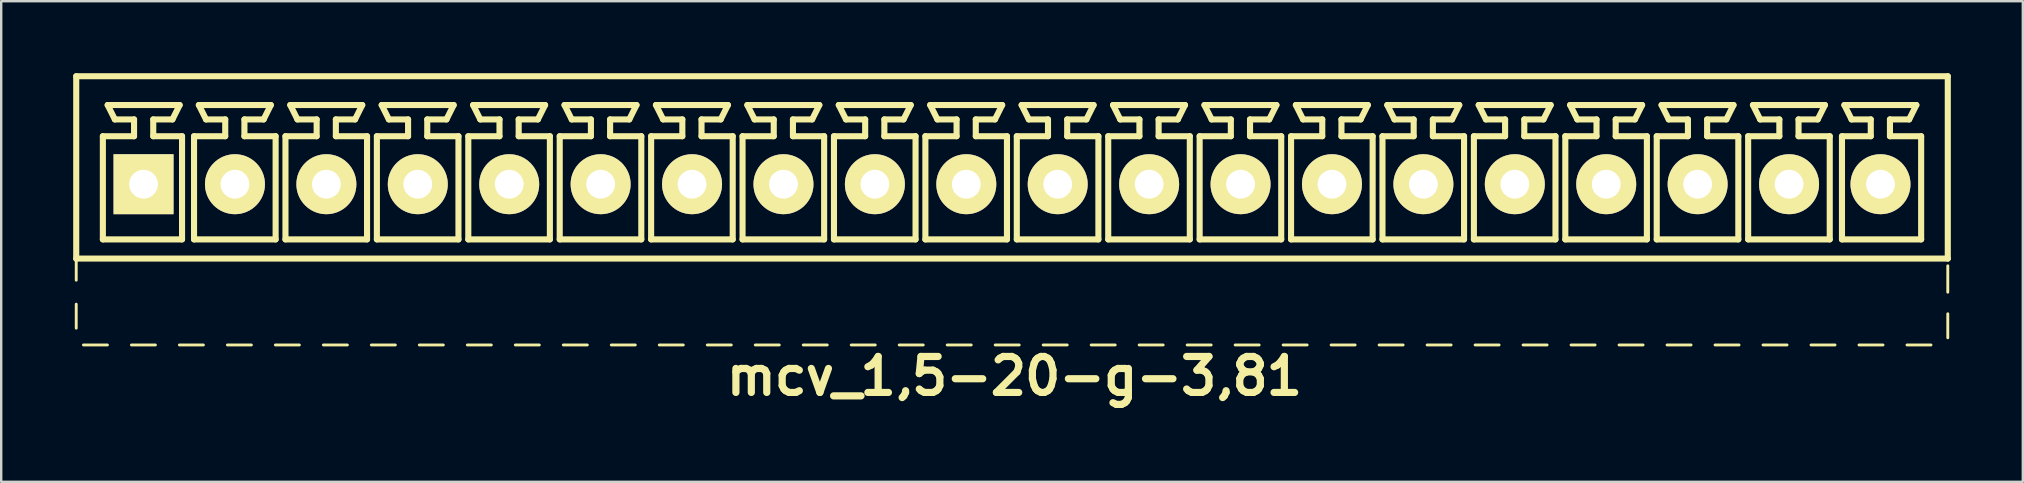
<source format=kicad_pcb>
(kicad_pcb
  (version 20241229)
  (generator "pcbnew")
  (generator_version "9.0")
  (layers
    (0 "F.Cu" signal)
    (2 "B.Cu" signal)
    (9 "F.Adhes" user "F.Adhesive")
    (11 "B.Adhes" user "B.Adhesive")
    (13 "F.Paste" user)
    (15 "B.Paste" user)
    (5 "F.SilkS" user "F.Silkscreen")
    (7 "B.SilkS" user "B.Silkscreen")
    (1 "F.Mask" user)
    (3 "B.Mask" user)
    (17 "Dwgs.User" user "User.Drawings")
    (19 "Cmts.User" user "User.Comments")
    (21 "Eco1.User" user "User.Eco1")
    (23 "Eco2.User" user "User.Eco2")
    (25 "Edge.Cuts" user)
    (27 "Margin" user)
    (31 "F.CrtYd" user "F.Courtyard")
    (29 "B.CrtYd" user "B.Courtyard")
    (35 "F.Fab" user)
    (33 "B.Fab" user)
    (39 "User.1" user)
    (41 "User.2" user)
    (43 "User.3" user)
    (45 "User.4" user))
  (footprint "mcv_1,5-20-g-3,81"
    (layer "F.Cu")
    (at 39.127 4.627)
    (property "Reference" "mcv_1,5-20-g-3,81" (at 0.1 8 0) (layer "F.SilkS") (effects (font (size 1.5 1.5) (thickness 0.3))))
    (attr through_hole)
    (fp_line (start -39 -4.5) (end -39 3.1) (stroke (width 0.254) (type solid)) (layer "F.SilkS"))
    (fp_line (start -39 -4.5) (end 39 -4.5) (stroke (width 0.254) (type solid)) (layer "F.SilkS"))
    (fp_line (start -39 3.1) (end -39 4) (stroke (width 0.12) (type solid)) (layer "F.SilkS"))
    (fp_line (start -39 3.1) (end 39 3.1) (stroke (width 0.254) (type solid)) (layer "F.SilkS"))
    (fp_line (start -39 5) (end -39 6) (stroke (width 0.12) (type solid)) (layer "F.SilkS"))
    (fp_line (start -38.7 6.7) (end -37.7 6.7) (stroke (width 0.12) (type solid)) (layer "F.SilkS"))
    (fp_line (start -37.89 -2) (end -36.59 -2) (stroke (width 0.254) (type solid)) (layer "F.SilkS"))
    (fp_line (start -37.89 2.3) (end -37.89 -2) (stroke (width 0.254) (type solid)) (layer "F.SilkS"))
    (fp_line (start -37.69 -3.3) (end -34.69 -3.3) (stroke (width 0.254) (type solid)) (layer "F.SilkS"))
    (fp_line (start -37.39 -2.7) (end -37.69 -3.3) (stroke (width 0.254) (type solid)) (layer "F.SilkS"))
    (fp_line (start -36.7 6.7) (end -35.7 6.7) (stroke (width 0.12) (type solid)) (layer "F.SilkS"))
    (fp_line (start -36.59 -2.7) (end -37.39 -2.7) (stroke (width 0.254) (type solid)) (layer "F.SilkS"))
    (fp_line (start -36.59 -2) (end -36.59 -2.7) (stroke (width 0.254) (type solid)) (layer "F.SilkS"))
    (fp_line (start -35.79 -2.7) (end -35.79 -2) (stroke (width 0.254) (type solid)) (layer "F.SilkS"))
    (fp_line (start -35.79 -2) (end -34.59 -2) (stroke (width 0.254) (type solid)) (layer "F.SilkS"))
    (fp_line (start -34.99 -2.7) (end -35.79 -2.7) (stroke (width 0.254) (type solid)) (layer "F.SilkS"))
    (fp_line (start -34.99 -2.7) (end -34.69 -3.3) (stroke (width 0.254) (type solid)) (layer "F.SilkS"))
    (fp_line (start -34.7 6.7) (end -33.7 6.7) (stroke (width 0.12) (type solid)) (layer "F.SilkS"))
    (fp_line (start -34.59 -2) (end -34.59 2.3) (stroke (width 0.254) (type solid)) (layer "F.SilkS"))
    (fp_line (start -34.59 2.3) (end -37.89 2.3) (stroke (width 0.254) (type solid)) (layer "F.SilkS"))
    (fp_line (start -34.09 -2) (end -32.79 -2) (stroke (width 0.254) (type solid)) (layer "F.SilkS"))
    (fp_line (start -34.09 2.3) (end -34.09 -2) (stroke (width 0.254) (type solid)) (layer "F.SilkS"))
    (fp_line (start -33.89 -3.3) (end -30.89 -3.3) (stroke (width 0.254) (type solid)) (layer "F.SilkS"))
    (fp_line (start -33.59 -2.7) (end -33.89 -3.3) (stroke (width 0.254) (type solid)) (layer "F.SilkS"))
    (fp_line (start -32.79 -2.7) (end -33.59 -2.7) (stroke (width 0.254) (type solid)) (layer "F.SilkS"))
    (fp_line (start -32.79 -2) (end -32.79 -2.7) (stroke (width 0.254) (type solid)) (layer "F.SilkS"))
    (fp_line (start -32.7 6.7) (end -31.7 6.7) (stroke (width 0.12) (type solid)) (layer "F.SilkS"))
    (fp_line (start -31.99 -2.7) (end -31.99 -2) (stroke (width 0.254) (type solid)) (layer "F.SilkS"))
    (fp_line (start -31.99 -2) (end -30.69 -2) (stroke (width 0.254) (type solid)) (layer "F.SilkS"))
    (fp_line (start -31.19 -2.7) (end -31.99 -2.7) (stroke (width 0.254) (type solid)) (layer "F.SilkS"))
    (fp_line (start -31.19 -2.7) (end -30.89 -3.3) (stroke (width 0.254) (type solid)) (layer "F.SilkS"))
    (fp_line (start -30.7 6.7) (end -29.7 6.7) (stroke (width 0.12) (type solid)) (layer "F.SilkS"))
    (fp_line (start -30.69 -2) (end -30.69 2.3) (stroke (width 0.254) (type solid)) (layer "F.SilkS"))
    (fp_line (start -30.69 2.3) (end -34.09 2.3) (stroke (width 0.254) (type solid)) (layer "F.SilkS"))
    (fp_line (start -30.28 -2) (end -28.98 -2) (stroke (width 0.254) (type solid)) (layer "F.SilkS"))
    (fp_line (start -30.28 2.3) (end -30.28 -2) (stroke (width 0.254) (type solid)) (layer "F.SilkS"))
    (fp_line (start -30.08 -3.3) (end -27.08 -3.3) (stroke (width 0.254) (type solid)) (layer "F.SilkS"))
    (fp_line (start -29.78 -2.7) (end -30.08 -3.3) (stroke (width 0.254) (type solid)) (layer "F.SilkS"))
    (fp_line (start -28.98 -2.7) (end -29.78 -2.7) (stroke (width 0.254) (type solid)) (layer "F.SilkS"))
    (fp_line (start -28.98 -2) (end -28.98 -2.7) (stroke (width 0.254) (type solid)) (layer "F.SilkS"))
    (fp_line (start -28.7 6.7) (end -27.7 6.7) (stroke (width 0.12) (type solid)) (layer "F.SilkS"))
    (fp_line (start -28.18 -2.7) (end -28.18 -2) (stroke (width 0.254) (type solid)) (layer "F.SilkS"))
    (fp_line (start -28.18 -2) (end -26.88 -2) (stroke (width 0.254) (type solid)) (layer "F.SilkS"))
    (fp_line (start -27.38 -2.7) (end -28.18 -2.7) (stroke (width 0.254) (type solid)) (layer "F.SilkS"))
    (fp_line (start -27.38 -2.7) (end -27.08 -3.3) (stroke (width 0.254) (type solid)) (layer "F.SilkS"))
    (fp_line (start -26.88 -2) (end -26.88 2.3) (stroke (width 0.254) (type solid)) (layer "F.SilkS"))
    (fp_line (start -26.88 2.3) (end -30.28 2.3) (stroke (width 0.254) (type solid)) (layer "F.SilkS"))
    (fp_line (start -26.7 6.7) (end -25.7 6.7) (stroke (width 0.12) (type solid)) (layer "F.SilkS"))
    (fp_line (start -26.47 -2) (end -25.17 -2) (stroke (width 0.254) (type solid)) (layer "F.SilkS"))
    (fp_line (start -26.47 2.3) (end -26.47 -2) (stroke (width 0.254) (type solid)) (layer "F.SilkS"))
    (fp_line (start -26.27 -3.3) (end -23.27 -3.3) (stroke (width 0.254) (type solid)) (layer "F.SilkS"))
    (fp_line (start -25.97 -2.7) (end -26.27 -3.3) (stroke (width 0.254) (type solid)) (layer "F.SilkS"))
    (fp_line (start -25.17 -2.7) (end -25.97 -2.7) (stroke (width 0.254) (type solid)) (layer "F.SilkS"))
    (fp_line (start -25.17 -2) (end -25.17 -2.7) (stroke (width 0.254) (type solid)) (layer "F.SilkS"))
    (fp_line (start -24.7 6.7) (end -23.7 6.7) (stroke (width 0.12) (type solid)) (layer "F.SilkS"))
    (fp_line (start -24.37 -2.7) (end -24.37 -2) (stroke (width 0.254) (type solid)) (layer "F.SilkS"))
    (fp_line (start -24.37 -2) (end -23.07 -2) (stroke (width 0.254) (type solid)) (layer "F.SilkS"))
    (fp_line (start -23.57 -2.7) (end -24.37 -2.7) (stroke (width 0.254) (type solid)) (layer "F.SilkS"))
    (fp_line (start -23.57 -2.7) (end -23.27 -3.3) (stroke (width 0.254) (type solid)) (layer "F.SilkS"))
    (fp_line (start -23.07 -2) (end -23.07 2.3) (stroke (width 0.254) (type solid)) (layer "F.SilkS"))
    (fp_line (start -23.07 2.3) (end -26.47 2.3) (stroke (width 0.254) (type solid)) (layer "F.SilkS"))
    (fp_line (start -22.7 6.7) (end -21.7 6.7) (stroke (width 0.12) (type solid)) (layer "F.SilkS"))
    (fp_line (start -22.66 -2) (end -21.36 -2) (stroke (width 0.254) (type solid)) (layer "F.SilkS"))
    (fp_line (start -22.66 2.3) (end -22.66 -2) (stroke (width 0.254) (type solid)) (layer "F.SilkS"))
    (fp_line (start -22.46 -3.3) (end -19.46 -3.3) (stroke (width 0.254) (type solid)) (layer "F.SilkS"))
    (fp_line (start -22.16 -2.7) (end -22.46 -3.3) (stroke (width 0.254) (type solid)) (layer "F.SilkS"))
    (fp_line (start -21.36 -2.7) (end -22.16 -2.7) (stroke (width 0.254) (type solid)) (layer "F.SilkS"))
    (fp_line (start -21.36 -2) (end -21.36 -2.7) (stroke (width 0.254) (type solid)) (layer "F.SilkS"))
    (fp_line (start -20.7 6.7) (end -19.7 6.7) (stroke (width 0.12) (type solid)) (layer "F.SilkS"))
    (fp_line (start -20.56 -2.7) (end -20.56 -2) (stroke (width 0.254) (type solid)) (layer "F.SilkS"))
    (fp_line (start -20.56 -2) (end -19.26 -2) (stroke (width 0.254) (type solid)) (layer "F.SilkS"))
    (fp_line (start -19.76 -2.7) (end -20.56 -2.7) (stroke (width 0.254) (type solid)) (layer "F.SilkS"))
    (fp_line (start -19.76 -2.7) (end -19.46 -3.3) (stroke (width 0.254) (type solid)) (layer "F.SilkS"))
    (fp_line (start -19.26 -2) (end -19.26 2.3) (stroke (width 0.254) (type solid)) (layer "F.SilkS"))
    (fp_line (start -19.26 2.3) (end -22.66 2.3) (stroke (width 0.254) (type solid)) (layer "F.SilkS"))
    (fp_line (start -18.85 -2) (end -17.55 -2) (stroke (width 0.254) (type solid)) (layer "F.SilkS"))
    (fp_line (start -18.85 2.3) (end -18.85 -2) (stroke (width 0.254) (type solid)) (layer "F.SilkS"))
    (fp_line (start -18.7 6.7) (end -17.7 6.7) (stroke (width 0.12) (type solid)) (layer "F.SilkS"))
    (fp_line (start -18.65 -3.3) (end -15.65 -3.3) (stroke (width 0.254) (type solid)) (layer "F.SilkS"))
    (fp_line (start -18.35 -2.7) (end -18.65 -3.3) (stroke (width 0.254) (type solid)) (layer "F.SilkS"))
    (fp_line (start -17.55 -2.7) (end -18.35 -2.7) (stroke (width 0.254) (type solid)) (layer "F.SilkS"))
    (fp_line (start -17.55 -2) (end -17.55 -2.7) (stroke (width 0.254) (type solid)) (layer "F.SilkS"))
    (fp_line (start -16.75 -2.7) (end -16.75 -2) (stroke (width 0.254) (type solid)) (layer "F.SilkS"))
    (fp_line (start -16.75 -2) (end -15.45 -2) (stroke (width 0.254) (type solid)) (layer "F.SilkS"))
    (fp_line (start -16.7 6.7) (end -15.7 6.7) (stroke (width 0.12) (type solid)) (layer "F.SilkS"))
    (fp_line (start -15.95 -2.7) (end -16.75 -2.7) (stroke (width 0.254) (type solid)) (layer "F.SilkS"))
    (fp_line (start -15.95 -2.7) (end -15.65 -3.3) (stroke (width 0.254) (type solid)) (layer "F.SilkS"))
    (fp_line (start -15.45 -2) (end -15.45 2.3) (stroke (width 0.254) (type solid)) (layer "F.SilkS"))
    (fp_line (start -15.45 2.3) (end -18.85 2.3) (stroke (width 0.254) (type solid)) (layer "F.SilkS"))
    (fp_line (start -15.04 -2) (end -13.74 -2) (stroke (width 0.254) (type solid)) (layer "F.SilkS"))
    (fp_line (start -15.04 2.3) (end -15.04 -2) (stroke (width 0.254) (type solid)) (layer "F.SilkS"))
    (fp_line (start -14.84 -3.3) (end -11.84 -3.3) (stroke (width 0.254) (type solid)) (layer "F.SilkS"))
    (fp_line (start -14.7 6.7) (end -13.7 6.7) (stroke (width 0.12) (type solid)) (layer "F.SilkS"))
    (fp_line (start -14.54 -2.7) (end -14.84 -3.3) (stroke (width 0.254) (type solid)) (layer "F.SilkS"))
    (fp_line (start -13.74 -2.7) (end -14.54 -2.7) (stroke (width 0.254) (type solid)) (layer "F.SilkS"))
    (fp_line (start -13.74 -2) (end -13.74 -2.7) (stroke (width 0.254) (type solid)) (layer "F.SilkS"))
    (fp_line (start -12.94 -2.7) (end -12.94 -2) (stroke (width 0.254) (type solid)) (layer "F.SilkS"))
    (fp_line (start -12.94 -2) (end -11.64 -2) (stroke (width 0.254) (type solid)) (layer "F.SilkS"))
    (fp_line (start -12.7 6.7) (end -11.7 6.7) (stroke (width 0.12) (type solid)) (layer "F.SilkS"))
    (fp_line (start -12.14 -2.7) (end -12.94 -2.7) (stroke (width 0.254) (type solid)) (layer "F.SilkS"))
    (fp_line (start -12.14 -2.7) (end -11.84 -3.3) (stroke (width 0.254) (type solid)) (layer "F.SilkS"))
    (fp_line (start -11.64 -2) (end -11.64 2.3) (stroke (width 0.254) (type solid)) (layer "F.SilkS"))
    (fp_line (start -11.64 2.3) (end -15.04 2.3) (stroke (width 0.254) (type solid)) (layer "F.SilkS"))
    (fp_line (start -11.23 -2) (end -9.93 -2) (stroke (width 0.254) (type solid)) (layer "F.SilkS"))
    (fp_line (start -11.23 2.3) (end -11.23 -2) (stroke (width 0.254) (type solid)) (layer "F.SilkS"))
    (fp_line (start -11.03 -3.3) (end -8.03 -3.3) (stroke (width 0.254) (type solid)) (layer "F.SilkS"))
    (fp_line (start -10.73 -2.7) (end -11.03 -3.3) (stroke (width 0.254) (type solid)) (layer "F.SilkS"))
    (fp_line (start -10.7 6.7) (end -9.7 6.7) (stroke (width 0.12) (type solid)) (layer "F.SilkS"))
    (fp_line (start -9.93 -2.7) (end -10.73 -2.7) (stroke (width 0.254) (type solid)) (layer "F.SilkS"))
    (fp_line (start -9.93 -2) (end -9.93 -2.7) (stroke (width 0.254) (type solid)) (layer "F.SilkS"))
    (fp_line (start -9.13 -2.7) (end -9.13 -2) (stroke (width 0.254) (type solid)) (layer "F.SilkS"))
    (fp_line (start -9.13 -2) (end -7.83 -2) (stroke (width 0.254) (type solid)) (layer "F.SilkS"))
    (fp_line (start -8.7 6.7) (end -7.7 6.7) (stroke (width 0.12) (type solid)) (layer "F.SilkS"))
    (fp_line (start -8.33 -2.7) (end -9.13 -2.7) (stroke (width 0.254) (type solid)) (layer "F.SilkS"))
    (fp_line (start -8.33 -2.7) (end -8.03 -3.3) (stroke (width 0.254) (type solid)) (layer "F.SilkS"))
    (fp_line (start -7.83 -2) (end -7.83 2.3) (stroke (width 0.254) (type solid)) (layer "F.SilkS"))
    (fp_line (start -7.83 2.3) (end -11.23 2.3) (stroke (width 0.254) (type solid)) (layer "F.SilkS"))
    (fp_line (start -7.42 -2) (end -6.12 -2) (stroke (width 0.254) (type solid)) (layer "F.SilkS"))
    (fp_line (start -7.42 2.3) (end -7.42 -2) (stroke (width 0.254) (type solid)) (layer "F.SilkS"))
    (fp_line (start -7.22 -3.3) (end -4.22 -3.3) (stroke (width 0.254) (type solid)) (layer "F.SilkS"))
    (fp_line (start -6.92 -2.7) (end -7.22 -3.3) (stroke (width 0.254) (type solid)) (layer "F.SilkS"))
    (fp_line (start -6.7 6.7) (end -5.7 6.7) (stroke (width 0.12) (type solid)) (layer "F.SilkS"))
    (fp_line (start -6.12 -2.7) (end -6.92 -2.7) (stroke (width 0.254) (type solid)) (layer "F.SilkS"))
    (fp_line (start -6.12 -2) (end -6.12 -2.7) (stroke (width 0.254) (type solid)) (layer "F.SilkS"))
    (fp_line (start -5.32 -2.7) (end -5.32 -2) (stroke (width 0.254) (type solid)) (layer "F.SilkS"))
    (fp_line (start -5.32 -2) (end -4.02 -2) (stroke (width 0.254) (type solid)) (layer "F.SilkS"))
    (fp_line (start -4.7 6.7) (end -3.7 6.7) (stroke (width 0.12) (type solid)) (layer "F.SilkS"))
    (fp_line (start -4.52 -2.7) (end -5.32 -2.7) (stroke (width 0.254) (type solid)) (layer "F.SilkS"))
    (fp_line (start -4.52 -2.7) (end -4.22 -3.3) (stroke (width 0.254) (type solid)) (layer "F.SilkS"))
    (fp_line (start -4.02 -2) (end -4.02 2.3) (stroke (width 0.254) (type solid)) (layer "F.SilkS"))
    (fp_line (start -4.02 2.3) (end -7.42 2.3) (stroke (width 0.254) (type solid)) (layer "F.SilkS"))
    (fp_line (start -3.61 -2) (end -2.31 -2) (stroke (width 0.254) (type solid)) (layer "F.SilkS"))
    (fp_line (start -3.61 2.3) (end -3.61 -2) (stroke (width 0.254) (type solid)) (layer "F.SilkS"))
    (fp_line (start -3.41 -3.3) (end -0.41 -3.3) (stroke (width 0.254) (type solid)) (layer "F.SilkS"))
    (fp_line (start -3.11 -2.7) (end -3.41 -3.3) (stroke (width 0.254) (type solid)) (layer "F.SilkS"))
    (fp_line (start -2.7 6.7) (end -1.7 6.7) (stroke (width 0.12) (type solid)) (layer "F.SilkS"))
    (fp_line (start -2.31 -2.7) (end -3.11 -2.7) (stroke (width 0.254) (type solid)) (layer "F.SilkS"))
    (fp_line (start -2.31 -2) (end -2.31 -2.7) (stroke (width 0.254) (type solid)) (layer "F.SilkS"))
    (fp_line (start -1.51 -2.7) (end -1.51 -2) (stroke (width 0.254) (type solid)) (layer "F.SilkS"))
    (fp_line (start -1.51 -2) (end -0.21 -2) (stroke (width 0.254) (type solid)) (layer "F.SilkS"))
    (fp_line (start -0.71 -2.7) (end -1.51 -2.7) (stroke (width 0.254) (type solid)) (layer "F.SilkS"))
    (fp_line (start -0.71 -2.7) (end -0.41 -3.3) (stroke (width 0.254) (type solid)) (layer "F.SilkS"))
    (fp_line (start -0.7 6.7) (end 0.3 6.7) (stroke (width 0.12) (type solid)) (layer "F.SilkS"))
    (fp_line (start -0.21 -2) (end -0.21 2.3) (stroke (width 0.254) (type solid)) (layer "F.SilkS"))
    (fp_line (start -0.21 2.3) (end -3.61 2.3) (stroke (width 0.254) (type solid)) (layer "F.SilkS"))
    (fp_line (start 0.2 -2) (end 1.5 -2) (stroke (width 0.254) (type solid)) (layer "F.SilkS"))
    (fp_line (start 0.2 2.3) (end 0.2 -2) (stroke (width 0.254) (type solid)) (layer "F.SilkS"))
    (fp_line (start 0.4 -3.3) (end 3.4 -3.3) (stroke (width 0.254) (type solid)) (layer "F.SilkS"))
    (fp_line (start 0.7 -2.7) (end 0.4 -3.3) (stroke (width 0.254) (type solid)) (layer "F.SilkS"))
    (fp_line (start 1.3 6.7) (end 2.3 6.7) (stroke (width 0.12) (type solid)) (layer "F.SilkS"))
    (fp_line (start 1.5 -2.7) (end 0.7 -2.7) (stroke (width 0.254) (type solid)) (layer "F.SilkS"))
    (fp_line (start 1.5 -2) (end 1.5 -2.7) (stroke (width 0.254) (type solid)) (layer "F.SilkS"))
    (fp_line (start 2.3 -2.7) (end 2.3 -2) (stroke (width 0.254) (type solid)) (layer "F.SilkS"))
    (fp_line (start 2.3 -2) (end 3.6 -2) (stroke (width 0.254) (type solid)) (layer "F.SilkS"))
    (fp_line (start 3.1 -2.7) (end 2.3 -2.7) (stroke (width 0.254) (type solid)) (layer "F.SilkS"))
    (fp_line (start 3.1 -2.7) (end 3.4 -3.3) (stroke (width 0.254) (type solid)) (layer "F.SilkS"))
    (fp_line (start 3.3 6.7) (end 4.3 6.7) (stroke (width 0.12) (type solid)) (layer "F.SilkS"))
    (fp_line (start 3.6 -2) (end 3.6 2.3) (stroke (width 0.254) (type solid)) (layer "F.SilkS"))
    (fp_line (start 3.6 2.3) (end 0.2 2.3) (stroke (width 0.254) (type solid)) (layer "F.SilkS"))
    (fp_line (start 4.01 -2) (end 5.31 -2) (stroke (width 0.254) (type solid)) (layer "F.SilkS"))
    (fp_line (start 4.01 2.3) (end 4.01 -2) (stroke (width 0.254) (type solid)) (layer "F.SilkS"))
    (fp_line (start 4.21 -3.3) (end 7.21 -3.3) (stroke (width 0.254) (type solid)) (layer "F.SilkS"))
    (fp_line (start 4.51 -2.7) (end 4.21 -3.3) (stroke (width 0.254) (type solid)) (layer "F.SilkS"))
    (fp_line (start 5.3 6.7) (end 6.3 6.7) (stroke (width 0.12) (type solid)) (layer "F.SilkS"))
    (fp_line (start 5.31 -2.7) (end 4.51 -2.7) (stroke (width 0.254) (type solid)) (layer "F.SilkS"))
    (fp_line (start 5.31 -2) (end 5.31 -2.7) (stroke (width 0.254) (type solid)) (layer "F.SilkS"))
    (fp_line (start 6.11 -2.7) (end 6.11 -2) (stroke (width 0.254) (type solid)) (layer "F.SilkS"))
    (fp_line (start 6.11 -2) (end 7.41 -2) (stroke (width 0.254) (type solid)) (layer "F.SilkS"))
    (fp_line (start 6.91 -2.7) (end 6.11 -2.7) (stroke (width 0.254) (type solid)) (layer "F.SilkS"))
    (fp_line (start 6.91 -2.7) (end 7.21 -3.3) (stroke (width 0.254) (type solid)) (layer "F.SilkS"))
    (fp_line (start 7.3 6.7) (end 8.3 6.7) (stroke (width 0.12) (type solid)) (layer "F.SilkS"))
    (fp_line (start 7.41 -2) (end 7.41 2.3) (stroke (width 0.254) (type solid)) (layer "F.SilkS"))
    (fp_line (start 7.41 2.3) (end 4.01 2.3) (stroke (width 0.254) (type solid)) (layer "F.SilkS"))
    (fp_line (start 7.82 -2) (end 9.12 -2) (stroke (width 0.254) (type solid)) (layer "F.SilkS"))
    (fp_line (start 7.82 2.3) (end 7.82 -2) (stroke (width 0.254) (type solid)) (layer "F.SilkS"))
    (fp_line (start 8.02 -3.3) (end 11.02 -3.3) (stroke (width 0.254) (type solid)) (layer "F.SilkS"))
    (fp_line (start 8.32 -2.7) (end 8.02 -3.3) (stroke (width 0.254) (type solid)) (layer "F.SilkS"))
    (fp_line (start 9.12 -2.7) (end 8.32 -2.7) (stroke (width 0.254) (type solid)) (layer "F.SilkS"))
    (fp_line (start 9.12 -2) (end 9.12 -2.7) (stroke (width 0.254) (type solid)) (layer "F.SilkS"))
    (fp_line (start 9.3 6.7) (end 10.3 6.7) (stroke (width 0.12) (type solid)) (layer "F.SilkS"))
    (fp_line (start 9.92 -2.7) (end 9.92 -2) (stroke (width 0.254) (type solid)) (layer "F.SilkS"))
    (fp_line (start 9.92 -2) (end 11.22 -2) (stroke (width 0.254) (type solid)) (layer "F.SilkS"))
    (fp_line (start 10.72 -2.7) (end 9.92 -2.7) (stroke (width 0.254) (type solid)) (layer "F.SilkS"))
    (fp_line (start 10.72 -2.7) (end 11.02 -3.3) (stroke (width 0.254) (type solid)) (layer "F.SilkS"))
    (fp_line (start 11.22 -2) (end 11.22 2.3) (stroke (width 0.254) (type solid)) (layer "F.SilkS"))
    (fp_line (start 11.22 2.3) (end 7.82 2.3) (stroke (width 0.254) (type solid)) (layer "F.SilkS"))
    (fp_line (start 11.3 6.7) (end 12.3 6.7) (stroke (width 0.12) (type solid)) (layer "F.SilkS"))
    (fp_line (start 11.63 -2) (end 12.93 -2) (stroke (width 0.254) (type solid)) (layer "F.SilkS"))
    (fp_line (start 11.63 2.3) (end 11.63 -2) (stroke (width 0.254) (type solid)) (layer "F.SilkS"))
    (fp_line (start 11.83 -3.3) (end 14.83 -3.3) (stroke (width 0.254) (type solid)) (layer "F.SilkS"))
    (fp_line (start 12.13 -2.7) (end 11.83 -3.3) (stroke (width 0.254) (type solid)) (layer "F.SilkS"))
    (fp_line (start 12.93 -2.7) (end 12.13 -2.7) (stroke (width 0.254) (type solid)) (layer "F.SilkS"))
    (fp_line (start 12.93 -2) (end 12.93 -2.7) (stroke (width 0.254) (type solid)) (layer "F.SilkS"))
    (fp_line (start 13.3 6.7) (end 14.3 6.7) (stroke (width 0.12) (type solid)) (layer "F.SilkS"))
    (fp_line (start 13.73 -2.7) (end 13.73 -2) (stroke (width 0.254) (type solid)) (layer "F.SilkS"))
    (fp_line (start 13.73 -2) (end 15.03 -2) (stroke (width 0.254) (type solid)) (layer "F.SilkS"))
    (fp_line (start 14.53 -2.7) (end 13.73 -2.7) (stroke (width 0.254) (type solid)) (layer "F.SilkS"))
    (fp_line (start 14.53 -2.7) (end 14.83 -3.3) (stroke (width 0.254) (type solid)) (layer "F.SilkS"))
    (fp_line (start 15.03 -2) (end 15.03 2.3) (stroke (width 0.254) (type solid)) (layer "F.SilkS"))
    (fp_line (start 15.03 2.3) (end 11.63 2.3) (stroke (width 0.254) (type solid)) (layer "F.SilkS"))
    (fp_line (start 15.3 6.7) (end 16.3 6.7) (stroke (width 0.12) (type solid)) (layer "F.SilkS"))
    (fp_line (start 15.44 -2) (end 16.74 -2) (stroke (width 0.254) (type solid)) (layer "F.SilkS"))
    (fp_line (start 15.44 2.3) (end 15.44 -2) (stroke (width 0.254) (type solid)) (layer "F.SilkS"))
    (fp_line (start 15.64 -3.3) (end 18.64 -3.3) (stroke (width 0.254) (type solid)) (layer "F.SilkS"))
    (fp_line (start 15.94 -2.7) (end 15.64 -3.3) (stroke (width 0.254) (type solid)) (layer "F.SilkS"))
    (fp_line (start 16.74 -2.7) (end 15.94 -2.7) (stroke (width 0.254) (type solid)) (layer "F.SilkS"))
    (fp_line (start 16.74 -2) (end 16.74 -2.7) (stroke (width 0.254) (type solid)) (layer "F.SilkS"))
    (fp_line (start 17.3 6.7) (end 18.3 6.7) (stroke (width 0.12) (type solid)) (layer "F.SilkS"))
    (fp_line (start 17.54 -2.7) (end 17.54 -2) (stroke (width 0.254) (type solid)) (layer "F.SilkS"))
    (fp_line (start 17.54 -2) (end 18.84 -2) (stroke (width 0.254) (type solid)) (layer "F.SilkS"))
    (fp_line (start 18.34 -2.7) (end 17.54 -2.7) (stroke (width 0.254) (type solid)) (layer "F.SilkS"))
    (fp_line (start 18.34 -2.7) (end 18.64 -3.3) (stroke (width 0.254) (type solid)) (layer "F.SilkS"))
    (fp_line (start 18.84 -2) (end 18.84 2.3) (stroke (width 0.254) (type solid)) (layer "F.SilkS"))
    (fp_line (start 18.84 2.3) (end 15.44 2.3) (stroke (width 0.254) (type solid)) (layer "F.SilkS"))
    (fp_line (start 19.25 -2) (end 20.55 -2) (stroke (width 0.254) (type solid)) (layer "F.SilkS"))
    (fp_line (start 19.25 2.3) (end 19.25 -2) (stroke (width 0.254) (type solid)) (layer "F.SilkS"))
    (fp_line (start 19.3 6.7) (end 20.3 6.7) (stroke (width 0.12) (type solid)) (layer "F.SilkS"))
    (fp_line (start 19.45 -3.3) (end 22.45 -3.3) (stroke (width 0.254) (type solid)) (layer "F.SilkS"))
    (fp_line (start 19.75 -2.7) (end 19.45 -3.3) (stroke (width 0.254) (type solid)) (layer "F.SilkS"))
    (fp_line (start 20.55 -2.7) (end 19.75 -2.7) (stroke (width 0.254) (type solid)) (layer "F.SilkS"))
    (fp_line (start 20.55 -2) (end 20.55 -2.7) (stroke (width 0.254) (type solid)) (layer "F.SilkS"))
    (fp_line (start 21.3 6.7) (end 22.3 6.7) (stroke (width 0.12) (type solid)) (layer "F.SilkS"))
    (fp_line (start 21.35 -2.7) (end 21.35 -2) (stroke (width 0.254) (type solid)) (layer "F.SilkS"))
    (fp_line (start 21.35 -2) (end 22.65 -2) (stroke (width 0.254) (type solid)) (layer "F.SilkS"))
    (fp_line (start 22.15 -2.7) (end 21.35 -2.7) (stroke (width 0.254) (type solid)) (layer "F.SilkS"))
    (fp_line (start 22.15 -2.7) (end 22.45 -3.3) (stroke (width 0.254) (type solid)) (layer "F.SilkS"))
    (fp_line (start 22.65 -2) (end 22.65 2.3) (stroke (width 0.254) (type solid)) (layer "F.SilkS"))
    (fp_line (start 22.65 2.3) (end 19.25 2.3) (stroke (width 0.254) (type solid)) (layer "F.SilkS"))
    (fp_line (start 23.06 -2) (end 24.36 -2) (stroke (width 0.254) (type solid)) (layer "F.SilkS"))
    (fp_line (start 23.06 2.3) (end 23.06 -2) (stroke (width 0.254) (type solid)) (layer "F.SilkS"))
    (fp_line (start 23.26 -3.3) (end 26.26 -3.3) (stroke (width 0.254) (type solid)) (layer "F.SilkS"))
    (fp_line (start 23.3 6.7) (end 24.3 6.7) (stroke (width 0.12) (type solid)) (layer "F.SilkS"))
    (fp_line (start 23.56 -2.7) (end 23.26 -3.3) (stroke (width 0.254) (type solid)) (layer "F.SilkS"))
    (fp_line (start 24.36 -2.7) (end 23.56 -2.7) (stroke (width 0.254) (type solid)) (layer "F.SilkS"))
    (fp_line (start 24.36 -2) (end 24.36 -2.7) (stroke (width 0.254) (type solid)) (layer "F.SilkS"))
    (fp_line (start 25.16 -2.7) (end 25.16 -2) (stroke (width 0.254) (type solid)) (layer "F.SilkS"))
    (fp_line (start 25.16 -2) (end 26.46 -2) (stroke (width 0.254) (type solid)) (layer "F.SilkS"))
    (fp_line (start 25.3 6.7) (end 26.3 6.7) (stroke (width 0.12) (type solid)) (layer "F.SilkS"))
    (fp_line (start 25.96 -2.7) (end 25.16 -2.7) (stroke (width 0.254) (type solid)) (layer "F.SilkS"))
    (fp_line (start 25.96 -2.7) (end 26.26 -3.3) (stroke (width 0.254) (type solid)) (layer "F.SilkS"))
    (fp_line (start 26.46 -2) (end 26.46 2.3) (stroke (width 0.254) (type solid)) (layer "F.SilkS"))
    (fp_line (start 26.46 2.3) (end 23.06 2.3) (stroke (width 0.254) (type solid)) (layer "F.SilkS"))
    (fp_line (start 26.87 -2) (end 28.17 -2) (stroke (width 0.254) (type solid)) (layer "F.SilkS"))
    (fp_line (start 26.87 2.3) (end 26.87 -2) (stroke (width 0.254) (type solid)) (layer "F.SilkS"))
    (fp_line (start 27.07 -3.3) (end 30.07 -3.3) (stroke (width 0.254) (type solid)) (layer "F.SilkS"))
    (fp_line (start 27.3 6.7) (end 28.3 6.7) (stroke (width 0.12) (type solid)) (layer "F.SilkS"))
    (fp_line (start 27.37 -2.7) (end 27.07 -3.3) (stroke (width 0.254) (type solid)) (layer "F.SilkS"))
    (fp_line (start 28.17 -2.7) (end 27.37 -2.7) (stroke (width 0.254) (type solid)) (layer "F.SilkS"))
    (fp_line (start 28.17 -2) (end 28.17 -2.7) (stroke (width 0.254) (type solid)) (layer "F.SilkS"))
    (fp_line (start 28.97 -2.7) (end 28.97 -2) (stroke (width 0.254) (type solid)) (layer "F.SilkS"))
    (fp_line (start 28.97 -2) (end 30.27 -2) (stroke (width 0.254) (type solid)) (layer "F.SilkS"))
    (fp_line (start 29.3 6.7) (end 30.3 6.7) (stroke (width 0.12) (type solid)) (layer "F.SilkS"))
    (fp_line (start 29.77 -2.7) (end 28.97 -2.7) (stroke (width 0.254) (type solid)) (layer "F.SilkS"))
    (fp_line (start 29.77 -2.7) (end 30.07 -3.3) (stroke (width 0.254) (type solid)) (layer "F.SilkS"))
    (fp_line (start 30.27 -2) (end 30.27 2.3) (stroke (width 0.254) (type solid)) (layer "F.SilkS"))
    (fp_line (start 30.27 2.3) (end 26.87 2.3) (stroke (width 0.254) (type solid)) (layer "F.SilkS"))
    (fp_line (start 30.68 -2) (end 31.98 -2) (stroke (width 0.254) (type solid)) (layer "F.SilkS"))
    (fp_line (start 30.68 2.3) (end 30.68 -2) (stroke (width 0.254) (type solid)) (layer "F.SilkS"))
    (fp_line (start 30.88 -3.3) (end 33.88 -3.3) (stroke (width 0.254) (type solid)) (layer "F.SilkS"))
    (fp_line (start 31.18 -2.7) (end 30.88 -3.3) (stroke (width 0.254) (type solid)) (layer "F.SilkS"))
    (fp_line (start 31.3 6.7) (end 32.3 6.7) (stroke (width 0.12) (type solid)) (layer "F.SilkS"))
    (fp_line (start 31.98 -2.7) (end 31.18 -2.7) (stroke (width 0.254) (type solid)) (layer "F.SilkS"))
    (fp_line (start 31.98 -2) (end 31.98 -2.7) (stroke (width 0.254) (type solid)) (layer "F.SilkS"))
    (fp_line (start 32.78 -2.7) (end 32.78 -2) (stroke (width 0.254) (type solid)) (layer "F.SilkS"))
    (fp_line (start 32.78 -2) (end 34.08 -2) (stroke (width 0.254) (type solid)) (layer "F.SilkS"))
    (fp_line (start 33.3 6.7) (end 34.3 6.7) (stroke (width 0.12) (type solid)) (layer "F.SilkS"))
    (fp_line (start 33.58 -2.7) (end 32.78 -2.7) (stroke (width 0.254) (type solid)) (layer "F.SilkS"))
    (fp_line (start 33.58 -2.7) (end 33.88 -3.3) (stroke (width 0.254) (type solid)) (layer "F.SilkS"))
    (fp_line (start 34.08 -2) (end 34.08 2.3) (stroke (width 0.254) (type solid)) (layer "F.SilkS"))
    (fp_line (start 34.08 2.3) (end 30.68 2.3) (stroke (width 0.254) (type solid)) (layer "F.SilkS"))
    (fp_line (start 34.59 -2) (end 35.79 -2) (stroke (width 0.254) (type solid)) (layer "F.SilkS"))
    (fp_line (start 34.59 2.3) (end 34.59 -2) (stroke (width 0.254) (type solid)) (layer "F.SilkS"))
    (fp_line (start 34.69 -3.3) (end 37.69 -3.3) (stroke (width 0.254) (type solid)) (layer "F.SilkS"))
    (fp_line (start 34.99 -2.7) (end 34.69 -3.3) (stroke (width 0.254) (type solid)) (layer "F.SilkS"))
    (fp_line (start 35.3 6.7) (end 36.3 6.7) (stroke (width 0.12) (type solid)) (layer "F.SilkS"))
    (fp_line (start 35.79 -2.7) (end 34.99 -2.7) (stroke (width 0.254) (type solid)) (layer "F.SilkS"))
    (fp_line (start 35.79 -2) (end 35.79 -2.7) (stroke (width 0.254) (type solid)) (layer "F.SilkS"))
    (fp_line (start 36.59 -2.7) (end 36.59 -2) (stroke (width 0.254) (type solid)) (layer "F.SilkS"))
    (fp_line (start 36.59 -2) (end 37.89 -2) (stroke (width 0.254) (type solid)) (layer "F.SilkS"))
    (fp_line (start 37.3 6.7) (end 38.3 6.7) (stroke (width 0.12) (type solid)) (layer "F.SilkS"))
    (fp_line (start 37.39 -2.7) (end 36.59 -2.7) (stroke (width 0.254) (type solid)) (layer "F.SilkS"))
    (fp_line (start 37.39 -2.7) (end 37.69 -3.3) (stroke (width 0.254) (type solid)) (layer "F.SilkS"))
    (fp_line (start 37.89 -2) (end 37.89 2.3) (stroke (width 0.254) (type solid)) (layer "F.SilkS"))
    (fp_line (start 37.89 2.3) (end 34.59 2.3) (stroke (width 0.254) (type solid)) (layer "F.SilkS"))
    (fp_line (start 39 -4.5) (end 39 3.1) (stroke (width 0.254) (type solid)) (layer "F.SilkS"))
    (fp_line (start 39 4.5) (end 39 3.4) (stroke (width 0.12) (type solid)) (layer "F.SilkS"))
    (fp_line (start 39 6.4) (end 39 5.4) (stroke (width 0.12) (type solid)) (layer "F.SilkS"))
    (pad "1" thru_hole rect (at -36.195 0) (size 2.5 2.5) (drill 1.2) (layers "*.Cu" "*.Mask" "F.SilkS"))
    (pad "2" thru_hole circle (at -32.385 0) (size 2.5 2.5) (drill 1.2) (layers "*.Cu" "*.Mask" "F.SilkS"))
    (pad "3" thru_hole circle (at -28.575 0) (size 2.5 2.5) (drill 1.2) (layers "*.Cu" "*.Mask" "F.SilkS"))
    (pad "4" thru_hole circle (at -24.765 0) (size 2.5 2.5) (drill 1.2) (layers "*.Cu" "*.Mask" "F.SilkS"))
    (pad "5" thru_hole circle (at -20.955 0) (size 2.5 2.5) (drill 1.2) (layers "*.Cu" "*.Mask" "F.SilkS"))
    (pad "6" thru_hole circle (at -17.145 0) (size 2.5 2.5) (drill 1.2) (layers "*.Cu" "*.Mask" "F.SilkS"))
    (pad "7" thru_hole circle (at -13.335 0) (size 2.5 2.5) (drill 1.2) (layers "*.Cu" "*.Mask" "F.SilkS"))
    (pad "8" thru_hole circle (at -9.525 0) (size 2.5 2.5) (drill 1.2) (layers "*.Cu" "*.Mask" "F.SilkS"))
    (pad "9" thru_hole circle (at -5.715 0) (size 2.5 2.5) (drill 1.2) (layers "*.Cu" "*.Mask" "F.SilkS"))
    (pad "10" thru_hole circle (at -1.905 0) (size 2.5 2.5) (drill 1.2) (layers "*.Cu" "*.Mask" "F.SilkS"))
    (pad "11" thru_hole circle (at 1.905 0) (size 2.5 2.5) (drill 1.2) (layers "*.Cu" "*.Mask" "F.SilkS"))
    (pad "12" thru_hole circle (at 5.715 0) (size 2.5 2.5) (drill 1.2) (layers "*.Cu" "*.Mask" "F.SilkS"))
    (pad "13" thru_hole circle (at 9.525 0) (size 2.5 2.5) (drill 1.2) (layers "*.Cu" "*.Mask" "F.SilkS"))
    (pad "14" thru_hole circle (at 13.335 0) (size 2.5 2.5) (drill 1.2) (layers "*.Cu" "*.Mask" "F.SilkS"))
    (pad "15" thru_hole circle (at 17.145 0) (size 2.5 2.5) (drill 1.2) (layers "*.Cu" "*.Mask" "F.SilkS"))
    (pad "16" thru_hole circle (at 20.955 0) (size 2.5 2.5) (drill 1.2) (layers "*.Cu" "*.Mask" "F.SilkS"))
    (pad "17" thru_hole circle (at 24.765 0) (size 2.5 2.5) (drill 1.2) (layers "*.Cu" "*.Mask" "F.SilkS"))
    (pad "18" thru_hole circle (at 28.575 0) (size 2.5 2.5) (drill 1.2) (layers "*.Cu" "*.Mask" "F.SilkS"))
    (pad "19" thru_hole circle (at 32.385 0) (size 2.5 2.5) (drill 1.2) (layers "*.Cu" "*.Mask" "F.SilkS"))
    (pad "20" thru_hole circle (at 36.195 0) (size 2.5 2.5) (drill 1.2) (layers "*.Cu" "*.Mask" "F.SilkS")))
  (gr_rect
    (start -3 -3)
    (end 81.254 17.031)
    (stroke (width 0.1) (type default))
    (fill no)
    (layer "Edge.Cuts")))
</source>
